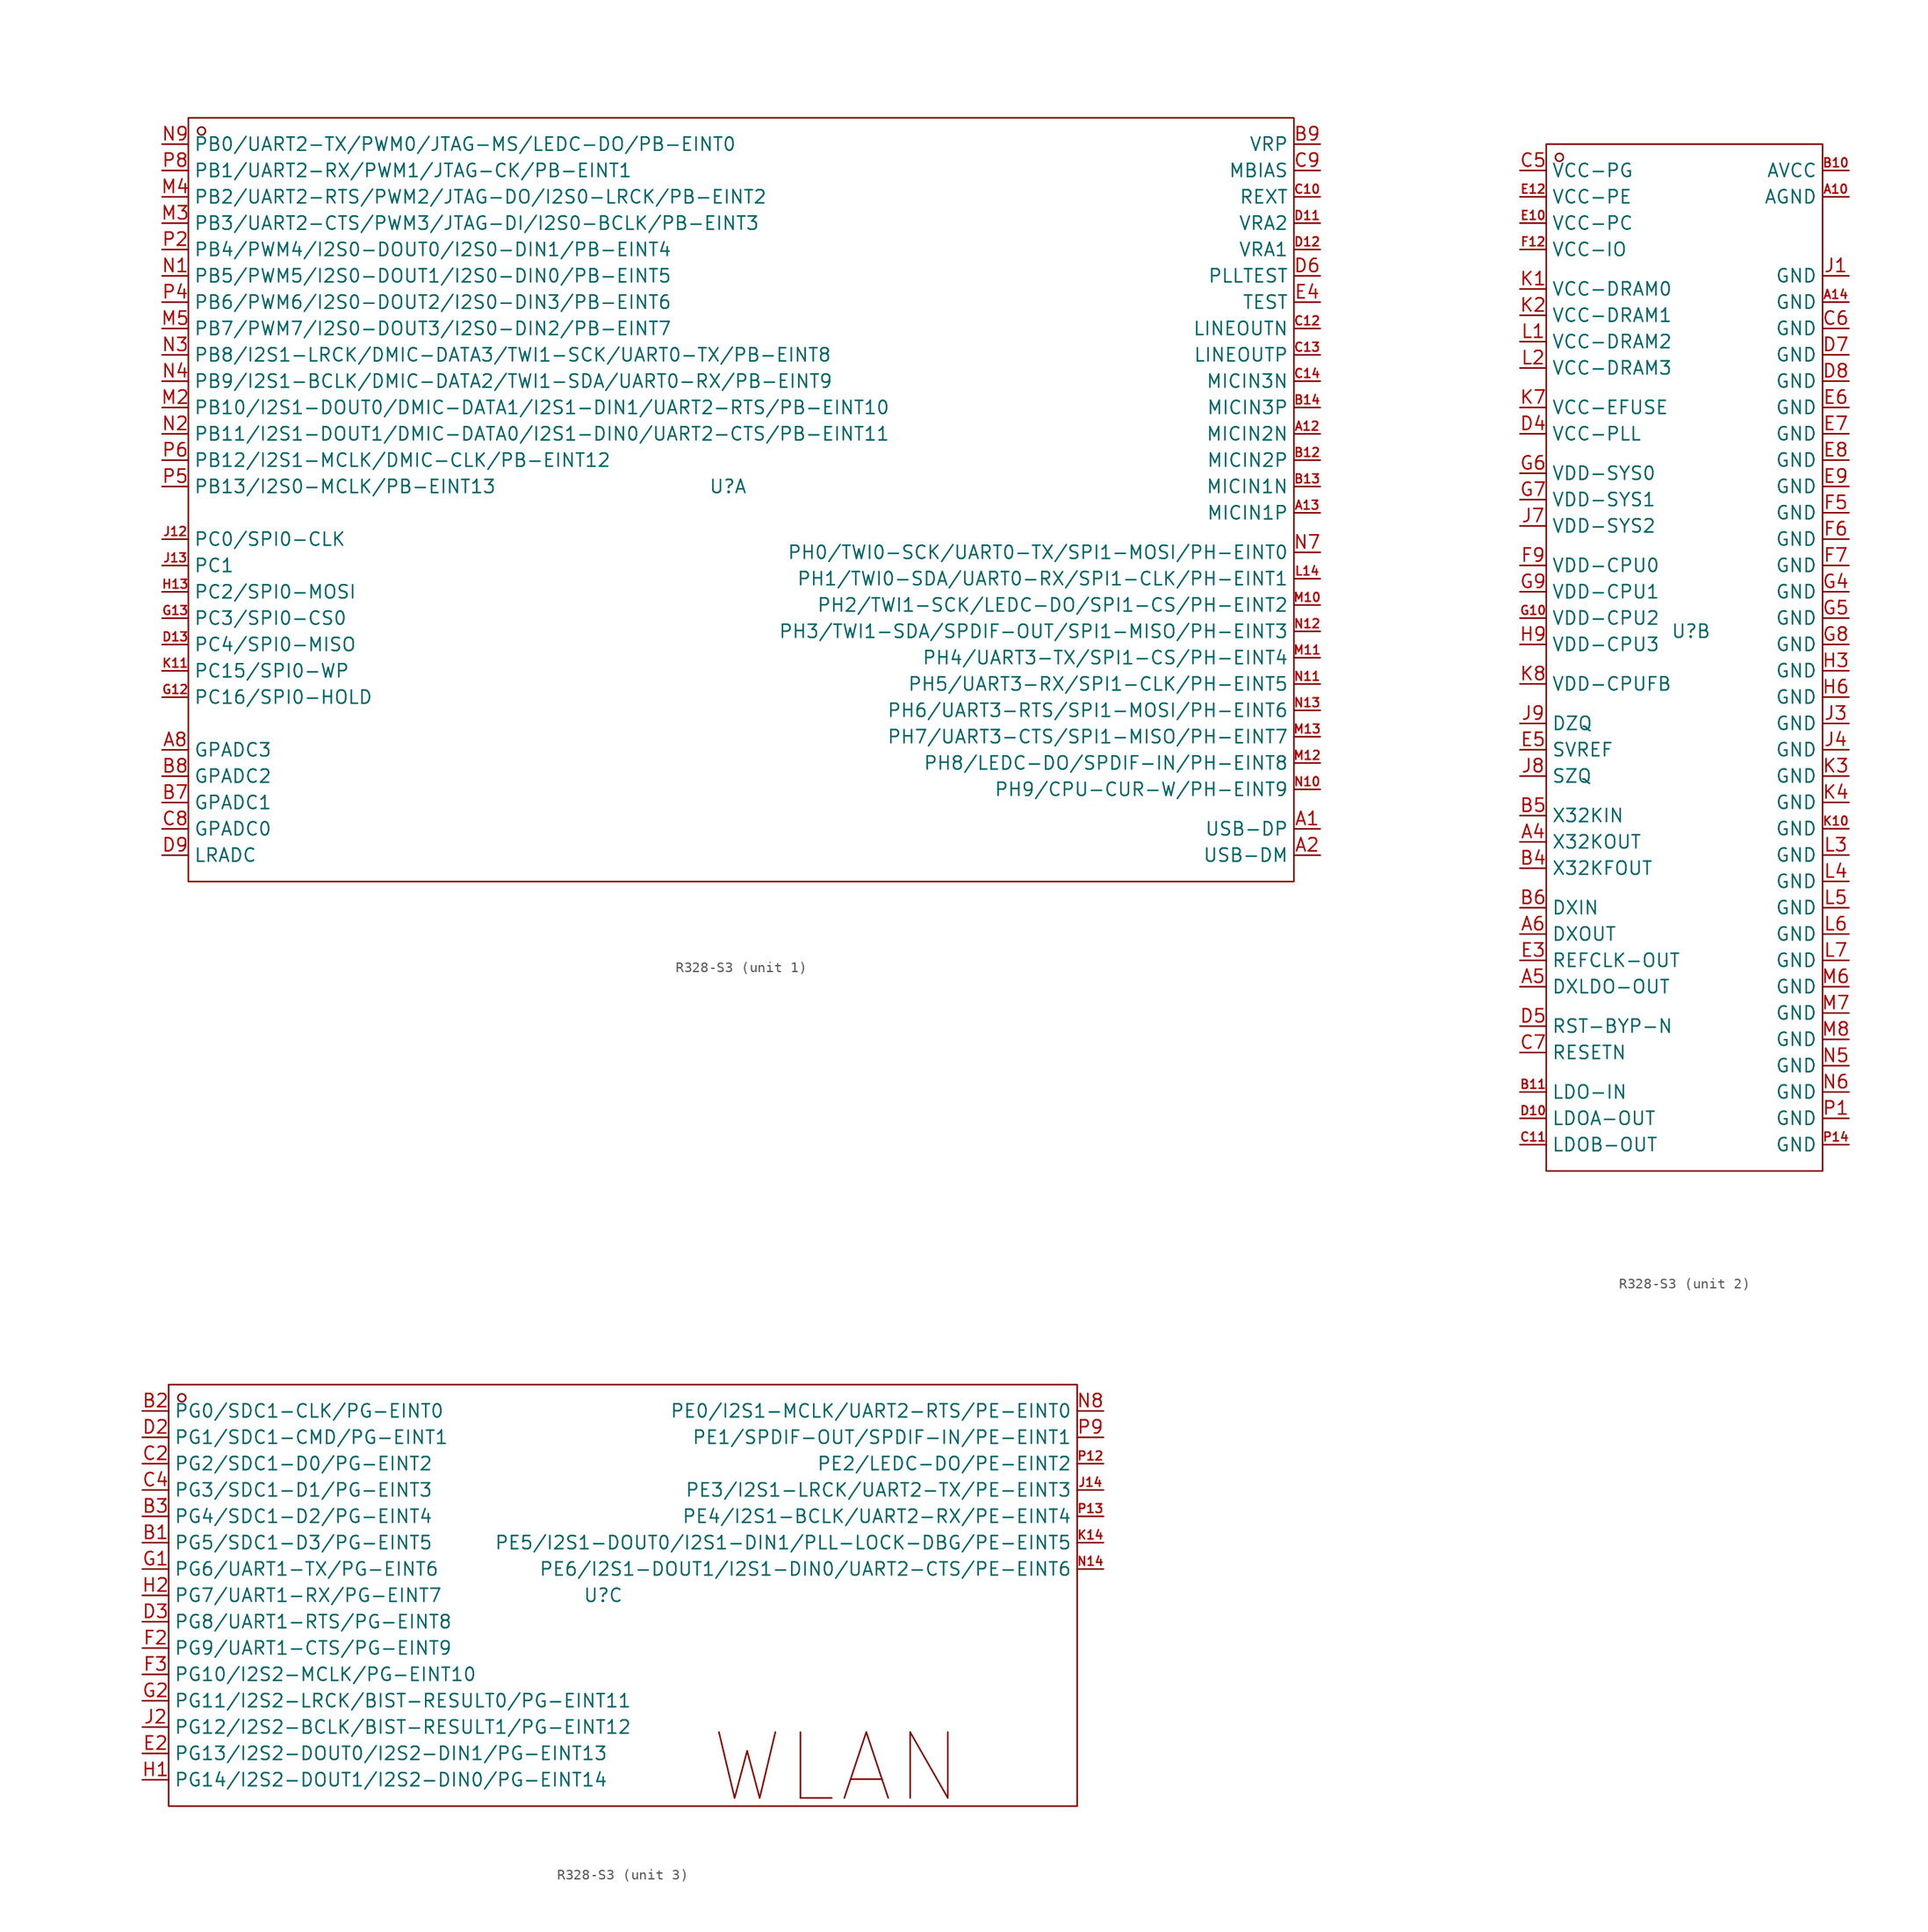
<source format=kicad_sym>
(kicad_symbol_lib
  (version 20231120)
  (generator "kicad_symbol_editor")
  (generator_version "8.0")
  (symbol "R328-S3"
    (property "Reference" "U"
      (at 0 0 0)
      (effects (font (size 1.27 1.27))))
    (property "Value" ""
      (at 0 0 0)
      (effects (font (size 1.27 1.27))))
    (symbol "R328-S3_1_0"
      (rectangle (start -52.07 35.56) (end 54.61 -38.1) (stroke (width 0) (type default)) (fill (type none)))
      (circle (center -50.8 34.29) (radius 0.381) (stroke (width 0) (type default)) (fill (type none)))
      (pin input line (at 57.15 -33.02 180) (length 2.54) (name "USB-DP" (effects (font (size 1.27 1.27)))) (number "A1" (effects (font (size 1.27 1.27)))))
      (pin input line (at 57.15 5.08 180) (length 2.54) (name "MICIN2N" (effects (font (size 1.27 1.27)))) (number "A12" (effects (font (size 0.847 0.847)))))
      (pin input line (at 57.15 -2.54 180) (length 2.54) (name "MICIN1P" (effects (font (size 1.27 1.27)))) (number "A13" (effects (font (size 0.847 0.847)))))
      (pin input line (at 57.15 -35.56 180) (length 2.54) (name "USB-DM" (effects (font (size 1.27 1.27)))) (number "A2" (effects (font (size 1.27 1.27)))))
      (pin input line (at -54.61 -25.4 0) (length 2.54) (name "GPADC3" (effects (font (size 1.27 1.27)))) (number "A8" (effects (font (size 1.27 1.27)))))
      (pin input line (at 57.15 2.54 180) (length 2.54) (name "MICIN2P" (effects (font (size 1.27 1.27)))) (number "B12" (effects (font (size 0.847 0.847)))))
      (pin input line (at 57.15 0 180) (length 2.54) (name "MICIN1N" (effects (font (size 1.27 1.27)))) (number "B13" (effects (font (size 0.847 0.847)))))
      (pin input line (at 57.15 7.62 180) (length 2.54) (name "MICIN3P" (effects (font (size 1.27 1.27)))) (number "B14" (effects (font (size 0.847 0.847)))))
      (pin input line (at -54.61 -30.48 0) (length 2.54) (name "GPADC1" (effects (font (size 1.27 1.27)))) (number "B7" (effects (font (size 1.27 1.27)))))
      (pin input line (at -54.61 -27.94 0) (length 2.54) (name "GPADC2" (effects (font (size 1.27 1.27)))) (number "B8" (effects (font (size 1.27 1.27)))))
      (pin input line (at 57.15 33.02 180) (length 2.54) (name "VRP" (effects (font (size 1.27 1.27)))) (number "B9" (effects (font (size 1.27 1.27)))))
      (pin input line (at 57.15 27.94 180) (length 2.54) (name "REXT" (effects (font (size 1.27 1.27)))) (number "C10" (effects (font (size 0.847 0.847)))))
      (pin input line (at 57.15 15.24 180) (length 2.54) (name "LINEOUTN" (effects (font (size 1.27 1.27)))) (number "C12" (effects (font (size 0.847 0.847)))))
      (pin input line (at 57.15 12.7 180) (length 2.54) (name "LINEOUTP" (effects (font (size 1.27 1.27)))) (number "C13" (effects (font (size 0.847 0.847)))))
      (pin input line (at 57.15 10.16 180) (length 2.54) (name "MICIN3N" (effects (font (size 1.27 1.27)))) (number "C14" (effects (font (size 0.847 0.847)))))
      (pin input line (at -54.61 -33.02 0) (length 2.54) (name "GPADC0" (effects (font (size 1.27 1.27)))) (number "C8" (effects (font (size 1.27 1.27)))))
      (pin input line (at 57.15 30.48 180) (length 2.54) (name "MBIAS" (effects (font (size 1.27 1.27)))) (number "C9" (effects (font (size 1.27 1.27)))))
      (pin input line (at 57.15 25.4 180) (length 2.54) (name "VRA2" (effects (font (size 1.27 1.27)))) (number "D11" (effects (font (size 0.847 0.847)))))
      (pin input line (at 57.15 22.86 180) (length 2.54) (name "VRA1" (effects (font (size 1.27 1.27)))) (number "D12" (effects (font (size 0.847 0.847)))))
      (pin input line (at -54.61 -15.24 0) (length 2.54) (name "PC4/SPI0-MISO" (effects (font (size 1.27 1.27)))) (number "D13" (effects (font (size 0.847 0.847)))))
      (pin input line (at 57.15 20.32 180) (length 2.54) (name "PLLTEST" (effects (font (size 1.27 1.27)))) (number "D6" (effects (font (size 1.27 1.27)))))
      (pin input line (at -54.61 -35.56 0) (length 2.54) (name "LRADC" (effects (font (size 1.27 1.27)))) (number "D9" (effects (font (size 1.27 1.27)))))
      (pin input line (at 57.15 17.78 180) (length 2.54) (name "TEST" (effects (font (size 1.27 1.27)))) (number "E4" (effects (font (size 1.27 1.27)))))
      (pin input line (at -54.61 -20.32 0) (length 2.54) (name "PC16/SPI0-HOLD" (effects (font (size 1.27 1.27)))) (number "G12" (effects (font (size 0.847 0.847)))))
      (pin input line (at -54.61 -12.7 0) (length 2.54) (name "PC3/SPI0-CS0" (effects (font (size 1.27 1.27)))) (number "G13" (effects (font (size 0.847 0.847)))))
      (pin input line (at -54.61 -10.16 0) (length 2.54) (name "PC2/SPI0-MOSI" (effects (font (size 1.27 1.27)))) (number "H13" (effects (font (size 0.847 0.847)))))
      (pin input line (at -54.61 -5.08 0) (length 2.54) (name "PC0/SPI0-CLK" (effects (font (size 1.27 1.27)))) (number "J12" (effects (font (size 0.847 0.847)))))
      (pin input line (at -54.61 -7.62 0) (length 2.54) (name "PC1" (effects (font (size 1.27 1.27)))) (number "J13" (effects (font (size 0.847 0.847)))))
      (pin input line (at -54.61 -17.78 0) (length 2.54) (name "PC15/SPI0-WP" (effects (font (size 1.27 1.27)))) (number "K11" (effects (font (size 0.847 0.847)))))
      (pin input line (at 57.15 -8.89 180) (length 2.54) (name "PH1/TWI0-SDA/UART0-RX/SPI1-CLK/PH-EINT1" (effects (font (size 1.27 1.27)))) (number "L14" (effects (font (size 0.847 0.847)))))
      (pin input line (at 57.15 -11.43 180) (length 2.54) (name "PH2/TWI1-SCK/LEDC-DO/SPI1-CS/PH-EINT2" (effects (font (size 1.27 1.27)))) (number "M10" (effects (font (size 0.847 0.847)))))
      (pin input line (at 57.15 -16.51 180) (length 2.54) (name "PH4/UART3-TX/SPI1-CS/PH-EINT4" (effects (font (size 1.27 1.27)))) (number "M11" (effects (font (size 0.847 0.847)))))
      (pin input line (at 57.15 -26.67 180) (length 2.54) (name "PH8/LEDC-DO/SPDIF-IN/PH-EINT8" (effects (font (size 1.27 1.27)))) (number "M12" (effects (font (size 0.847 0.847)))))
      (pin input line (at 57.15 -24.13 180) (length 2.54) (name "PH7/UART3-CTS/SPI1-MISO/PH-EINT7" (effects (font (size 1.27 1.27)))) (number "M13" (effects (font (size 0.847 0.847)))))
      (pin input line (at -54.61 7.62 0) (length 2.54) (name "PB10/I2S1-DOUT0/DMIC-DATA1/I2S1-DIN1/UART2-RTS/PB-EINT10" (effects (font (size 1.27 1.27)))) (number "M2" (effects (font (size 1.27 1.27)))))
      (pin input line (at -54.61 25.4 0) (length 2.54) (name "PB3/UART2-CTS/PWM3/JTAG-DI/I2S0-BCLK/PB-EINT3" (effects (font (size 1.27 1.27)))) (number "M3" (effects (font (size 1.27 1.27)))))
      (pin input line (at -54.61 27.94 0) (length 2.54) (name "PB2/UART2-RTS/PWM2/JTAG-DO/I2S0-LRCK/PB-EINT2" (effects (font (size 1.27 1.27)))) (number "M4" (effects (font (size 1.27 1.27)))))
      (pin input line (at -54.61 15.24 0) (length 2.54) (name "PB7/PWM7/I2S0-DOUT3/I2S0-DIN2/PB-EINT7" (effects (font (size 1.27 1.27)))) (number "M5" (effects (font (size 1.27 1.27)))))
      (pin input line (at -54.61 20.32 0) (length 2.54) (name "PB5/PWM5/I2S0-DOUT1/I2S0-DIN0/PB-EINT5" (effects (font (size 1.27 1.27)))) (number "N1" (effects (font (size 1.27 1.27)))))
      (pin input line (at 57.15 -29.21 180) (length 2.54) (name "PH9/CPU-CUR-W/PH-EINT9" (effects (font (size 1.27 1.27)))) (number "N10" (effects (font (size 0.847 0.847)))))
      (pin input line (at 57.15 -19.05 180) (length 2.54) (name "PH5/UART3-RX/SPI1-CLK/PH-EINT5" (effects (font (size 1.27 1.27)))) (number "N11" (effects (font (size 0.847 0.847)))))
      (pin input line (at 57.15 -13.97 180) (length 2.54) (name "PH3/TWI1-SDA/SPDIF-OUT/SPI1-MISO/PH-EINT3" (effects (font (size 1.27 1.27)))) (number "N12" (effects (font (size 0.847 0.847)))))
      (pin input line (at 57.15 -21.59 180) (length 2.54) (name "PH6/UART3-RTS/SPI1-MOSI/PH-EINT6" (effects (font (size 1.27 1.27)))) (number "N13" (effects (font (size 0.847 0.847)))))
      (pin input line (at -54.61 5.08 0) (length 2.54) (name "PB11/I2S1-DOUT1/DMIC-DATA0/I2S1-DIN0/UART2-CTS/PB-EINT11" (effects (font (size 1.27 1.27)))) (number "N2" (effects (font (size 1.27 1.27)))))
      (pin input line (at -54.61 12.7 0) (length 2.54) (name "PB8/I2S1-LRCK/DMIC-DATA3/TWI1-SCK/UART0-TX/PB-EINT8" (effects (font (size 1.27 1.27)))) (number "N3" (effects (font (size 1.27 1.27)))))
      (pin input line (at -54.61 10.16 0) (length 2.54) (name "PB9/I2S1-BCLK/DMIC-DATA2/TWI1-SDA/UART0-RX/PB-EINT9" (effects (font (size 1.27 1.27)))) (number "N4" (effects (font (size 1.27 1.27)))))
      (pin input line (at 57.15 -6.35 180) (length 2.54) (name "PH0/TWI0-SCK/UART0-TX/SPI1-MOSI/PH-EINT0" (effects (font (size 1.27 1.27)))) (number "N7" (effects (font (size 1.27 1.27)))))
      (pin input line (at -54.61 33.02 0) (length 2.54) (name "PB0/UART2-TX/PWM0/JTAG-MS/LEDC-DO/PB-EINT0" (effects (font (size 1.27 1.27)))) (number "N9" (effects (font (size 1.27 1.27)))))
      (pin input line (at -54.61 22.86 0) (length 2.54) (name "PB4/PWM4/I2S0-DOUT0/I2S0-DIN1/PB-EINT4" (effects (font (size 1.27 1.27)))) (number "P2" (effects (font (size 1.27 1.27)))))
      (pin input line (at -54.61 17.78 0) (length 2.54) (name "PB6/PWM6/I2S0-DOUT2/I2S0-DIN3/PB-EINT6" (effects (font (size 1.27 1.27)))) (number "P4" (effects (font (size 1.27 1.27)))))
      (pin input line (at -54.61 0 0) (length 2.54) (name "PB13/I2S0-MCLK/PB-EINT13" (effects (font (size 1.27 1.27)))) (number "P5" (effects (font (size 1.27 1.27)))))
      (pin input line (at -54.61 2.54 0) (length 2.54) (name "PB12/I2S1-MCLK/DMIC-CLK/PB-EINT12" (effects (font (size 1.27 1.27)))) (number "P6" (effects (font (size 1.27 1.27)))))
      (pin input line (at -54.61 30.48 0) (length 2.54) (name "PB1/UART2-RX/PWM1/JTAG-CK/PB-EINT1" (effects (font (size 1.27 1.27)))) (number "P8" (effects (font (size 1.27 1.27))))))
    (symbol "R328-S3_2_0"
      (rectangle (start -13.97 46.99) (end 12.7 -52.07) (stroke (width 0) (type default)) (fill (type none)))
      (circle (center -12.7 45.72) (radius 0.381) (stroke (width 0) (type default)) (fill (type none)))
      (pin input line (at 15.24 41.91 180) (length 2.54) (name "AGND" (effects (font (size 1.27 1.27)))) (number "A10" (effects (font (size 0.847 0.847)))))
      (pin input line (at 15.24 31.75 180) (length 2.54) (name "GND" (effects (font (size 1.27 1.27)))) (number "A14" (effects (font (size 0.847 0.847)))))
      (pin input line (at -16.51 -20.32 0) (length 2.54) (name "X32KOUT" (effects (font (size 1.27 1.27)))) (number "A4" (effects (font (size 1.27 1.27)))))
      (pin input line (at -16.51 -34.29 0) (length 2.54) (name "DXLDO-OUT" (effects (font (size 1.27 1.27)))) (number "A5" (effects (font (size 1.27 1.27)))))
      (pin input line (at -16.51 -29.21 0) (length 2.54) (name "DXOUT" (effects (font (size 1.27 1.27)))) (number "A6" (effects (font (size 1.27 1.27)))))
      (pin input line (at 15.24 44.45 180) (length 2.54) (name "AVCC" (effects (font (size 1.27 1.27)))) (number "B10" (effects (font (size 0.847 0.847)))))
      (pin input line (at -16.51 -44.45 0) (length 2.54) (name "LDO-IN" (effects (font (size 1.27 1.27)))) (number "B11" (effects (font (size 0.847 0.847)))))
      (pin input line (at -16.51 -22.86 0) (length 2.54) (name "X32KFOUT" (effects (font (size 1.27 1.27)))) (number "B4" (effects (font (size 1.27 1.27)))))
      (pin input line (at -16.51 -17.78 0) (length 2.54) (name "X32KIN" (effects (font (size 1.27 1.27)))) (number "B5" (effects (font (size 1.27 1.27)))))
      (pin input line (at -16.51 -26.67 0) (length 2.54) (name "DXIN" (effects (font (size 1.27 1.27)))) (number "B6" (effects (font (size 1.27 1.27)))))
      (pin input line (at -16.51 -49.53 0) (length 2.54) (name "LDOB-OUT" (effects (font (size 1.27 1.27)))) (number "C11" (effects (font (size 0.847 0.847)))))
      (pin input line (at -16.51 44.45 0) (length 2.54) (name "VCC-PG" (effects (font (size 1.27 1.27)))) (number "C5" (effects (font (size 1.27 1.27)))))
      (pin input line (at 15.24 29.21 180) (length 2.54) (name "GND" (effects (font (size 1.27 1.27)))) (number "C6" (effects (font (size 1.27 1.27)))))
      (pin input line (at -16.51 -40.64 0) (length 2.54) (name "RESETN" (effects (font (size 1.27 1.27)))) (number "C7" (effects (font (size 1.27 1.27)))))
      (pin input line (at -16.51 -46.99 0) (length 2.54) (name "LDOA-OUT" (effects (font (size 1.27 1.27)))) (number "D10" (effects (font (size 0.847 0.847)))))
      (pin input line (at -16.51 19.05 0) (length 2.54) (name "VCC-PLL" (effects (font (size 1.27 1.27)))) (number "D4" (effects (font (size 1.27 1.27)))))
      (pin input line (at -16.51 -38.1 0) (length 2.54) (name "RST-BYP-N" (effects (font (size 1.27 1.27)))) (number "D5" (effects (font (size 1.27 1.27)))))
      (pin input line (at 15.24 26.67 180) (length 2.54) (name "GND" (effects (font (size 1.27 1.27)))) (number "D7" (effects (font (size 1.27 1.27)))))
      (pin input line (at 15.24 24.13 180) (length 2.54) (name "GND" (effects (font (size 1.27 1.27)))) (number "D8" (effects (font (size 1.27 1.27)))))
      (pin input line (at -16.51 39.37 0) (length 2.54) (name "VCC-PC" (effects (font (size 1.27 1.27)))) (number "E10" (effects (font (size 0.847 0.847)))))
      (pin input line (at -16.51 41.91 0) (length 2.54) (name "VCC-PE" (effects (font (size 1.27 1.27)))) (number "E12" (effects (font (size 0.847 0.847)))))
      (pin input line (at -16.51 -31.75 0) (length 2.54) (name "REFCLK-OUT" (effects (font (size 1.27 1.27)))) (number "E3" (effects (font (size 1.27 1.27)))))
      (pin input line (at -16.51 -11.43 0) (length 2.54) (name "SVREF" (effects (font (size 1.27 1.27)))) (number "E5" (effects (font (size 1.27 1.27)))))
      (pin input line (at 15.24 21.59 180) (length 2.54) (name "GND" (effects (font (size 1.27 1.27)))) (number "E6" (effects (font (size 1.27 1.27)))))
      (pin input line (at 15.24 19.05 180) (length 2.54) (name "GND" (effects (font (size 1.27 1.27)))) (number "E7" (effects (font (size 1.27 1.27)))))
      (pin input line (at 15.24 16.51 180) (length 2.54) (name "GND" (effects (font (size 1.27 1.27)))) (number "E8" (effects (font (size 1.27 1.27)))))
      (pin input line (at 15.24 13.97 180) (length 2.54) (name "GND" (effects (font (size 1.27 1.27)))) (number "E9" (effects (font (size 1.27 1.27)))))
      (pin input line (at -16.51 36.83 0) (length 2.54) (name "VCC-IO" (effects (font (size 1.27 1.27)))) (number "F12" (effects (font (size 0.847 0.847)))))
      (pin input line (at 15.24 11.43 180) (length 2.54) (name "GND" (effects (font (size 1.27 1.27)))) (number "F5" (effects (font (size 1.27 1.27)))))
      (pin input line (at 15.24 8.89 180) (length 2.54) (name "GND" (effects (font (size 1.27 1.27)))) (number "F6" (effects (font (size 1.27 1.27)))))
      (pin input line (at 15.24 6.35 180) (length 2.54) (name "GND" (effects (font (size 1.27 1.27)))) (number "F7" (effects (font (size 1.27 1.27)))))
      (pin input line (at -16.51 6.35 0) (length 2.54) (name "VDD-CPU0" (effects (font (size 1.27 1.27)))) (number "F9" (effects (font (size 1.27 1.27)))))
      (pin input line (at -16.51 1.27 0) (length 2.54) (name "VDD-CPU2" (effects (font (size 1.27 1.27)))) (number "G10" (effects (font (size 0.847 0.847)))))
      (pin input line (at 15.24 3.81 180) (length 2.54) (name "GND" (effects (font (size 1.27 1.27)))) (number "G4" (effects (font (size 1.27 1.27)))))
      (pin input line (at 15.24 1.27 180) (length 2.54) (name "GND" (effects (font (size 1.27 1.27)))) (number "G5" (effects (font (size 1.27 1.27)))))
      (pin input line (at -16.51 15.24 0) (length 2.54) (name "VDD-SYS0" (effects (font (size 1.27 1.27)))) (number "G6" (effects (font (size 1.27 1.27)))))
      (pin input line (at -16.51 12.7 0) (length 2.54) (name "VDD-SYS1" (effects (font (size 1.27 1.27)))) (number "G7" (effects (font (size 1.27 1.27)))))
      (pin input line (at 15.24 -1.27 180) (length 2.54) (name "GND" (effects (font (size 1.27 1.27)))) (number "G8" (effects (font (size 1.27 1.27)))))
      (pin input line (at -16.51 3.81 0) (length 2.54) (name "VDD-CPU1" (effects (font (size 1.27 1.27)))) (number "G9" (effects (font (size 1.27 1.27)))))
      (pin input line (at 15.24 -3.81 180) (length 2.54) (name "GND" (effects (font (size 1.27 1.27)))) (number "H3" (effects (font (size 1.27 1.27)))))
      (pin input line (at 15.24 -6.35 180) (length 2.54) (name "GND" (effects (font (size 1.27 1.27)))) (number "H6" (effects (font (size 1.27 1.27)))))
      (pin input line (at -16.51 -1.27 0) (length 2.54) (name "VDD-CPU3" (effects (font (size 1.27 1.27)))) (number "H9" (effects (font (size 1.27 1.27)))))
      (pin input line (at 15.24 34.29 180) (length 2.54) (name "GND" (effects (font (size 1.27 1.27)))) (number "J1" (effects (font (size 1.27 1.27)))))
      (pin input line (at 15.24 -8.89 180) (length 2.54) (name "GND" (effects (font (size 1.27 1.27)))) (number "J3" (effects (font (size 1.27 1.27)))))
      (pin input line (at 15.24 -11.43 180) (length 2.54) (name "GND" (effects (font (size 1.27 1.27)))) (number "J4" (effects (font (size 1.27 1.27)))))
      (pin input line (at -16.51 10.16 0) (length 2.54) (name "VDD-SYS2" (effects (font (size 1.27 1.27)))) (number "J7" (effects (font (size 1.27 1.27)))))
      (pin input line (at -16.51 -13.97 0) (length 2.54) (name "SZQ" (effects (font (size 1.27 1.27)))) (number "J8" (effects (font (size 1.27 1.27)))))
      (pin input line (at -16.51 -8.89 0) (length 2.54) (name "DZQ" (effects (font (size 1.27 1.27)))) (number "J9" (effects (font (size 1.27 1.27)))))
      (pin input line (at -16.51 33.02 0) (length 2.54) (name "VCC-DRAM0" (effects (font (size 1.27 1.27)))) (number "K1" (effects (font (size 1.27 1.27)))))
      (pin input line (at 15.24 -19.05 180) (length 2.54) (name "GND" (effects (font (size 1.27 1.27)))) (number "K10" (effects (font (size 0.847 0.847)))))
      (pin input line (at -16.51 30.48 0) (length 2.54) (name "VCC-DRAM1" (effects (font (size 1.27 1.27)))) (number "K2" (effects (font (size 1.27 1.27)))))
      (pin input line (at 15.24 -13.97 180) (length 2.54) (name "GND" (effects (font (size 1.27 1.27)))) (number "K3" (effects (font (size 1.27 1.27)))))
      (pin input line (at 15.24 -16.51 180) (length 2.54) (name "GND" (effects (font (size 1.27 1.27)))) (number "K4" (effects (font (size 1.27 1.27)))))
      (pin input line (at -16.51 21.59 0) (length 2.54) (name "VCC-EFUSE" (effects (font (size 1.27 1.27)))) (number "K7" (effects (font (size 1.27 1.27)))))
      (pin input line (at -16.51 -5.08 0) (length 2.54) (name "VDD-CPUFB" (effects (font (size 1.27 1.27)))) (number "K8" (effects (font (size 1.27 1.27)))))
      (pin input line (at -16.51 27.94 0) (length 2.54) (name "VCC-DRAM2" (effects (font (size 1.27 1.27)))) (number "L1" (effects (font (size 1.27 1.27)))))
      (pin input line (at -16.51 25.4 0) (length 2.54) (name "VCC-DRAM3" (effects (font (size 1.27 1.27)))) (number "L2" (effects (font (size 1.27 1.27)))))
      (pin input line (at 15.24 -21.59 180) (length 2.54) (name "GND" (effects (font (size 1.27 1.27)))) (number "L3" (effects (font (size 1.27 1.27)))))
      (pin input line (at 15.24 -24.13 180) (length 2.54) (name "GND" (effects (font (size 1.27 1.27)))) (number "L4" (effects (font (size 1.27 1.27)))))
      (pin input line (at 15.24 -26.67 180) (length 2.54) (name "GND" (effects (font (size 1.27 1.27)))) (number "L5" (effects (font (size 1.27 1.27)))))
      (pin input line (at 15.24 -29.21 180) (length 2.54) (name "GND" (effects (font (size 1.27 1.27)))) (number "L6" (effects (font (size 1.27 1.27)))))
      (pin input line (at 15.24 -31.75 180) (length 2.54) (name "GND" (effects (font (size 1.27 1.27)))) (number "L7" (effects (font (size 1.27 1.27)))))
      (pin input line (at 15.24 -34.29 180) (length 2.54) (name "GND" (effects (font (size 1.27 1.27)))) (number "M6" (effects (font (size 1.27 1.27)))))
      (pin input line (at 15.24 -36.83 180) (length 2.54) (name "GND" (effects (font (size 1.27 1.27)))) (number "M7" (effects (font (size 1.27 1.27)))))
      (pin input line (at 15.24 -39.37 180) (length 2.54) (name "GND" (effects (font (size 1.27 1.27)))) (number "M8" (effects (font (size 1.27 1.27)))))
      (pin input line (at 15.24 -41.91 180) (length 2.54) (name "GND" (effects (font (size 1.27 1.27)))) (number "N5" (effects (font (size 1.27 1.27)))))
      (pin input line (at 15.24 -44.45 180) (length 2.54) (name "GND" (effects (font (size 1.27 1.27)))) (number "N6" (effects (font (size 1.27 1.27)))))
      (pin input line (at 15.24 -46.99 180) (length 2.54) (name "GND" (effects (font (size 1.27 1.27)))) (number "P1" (effects (font (size 1.27 1.27)))))
      (pin input line (at 15.24 -49.53 180) (length 2.54) (name "GND" (effects (font (size 1.27 1.27)))) (number "P14" (effects (font (size 0.847 0.847))))))
    (symbol "R328-S3_3_0"
      (rectangle (start -41.91 20.32) (end 45.72 -20.32) (stroke (width 0) (type default)) (fill (type none)))
      (circle (center -40.64 19.05) (radius 0.381) (stroke (width 0) (type default)) (fill (type none)))
      (text "WLAN" (at 10.16 -20.32 0) (effects (font (size 6.35 6.35)) (justify left bottom)))
      (pin input line (at -44.45 5.08 0) (length 2.54) (name "PG5/SDC1-D3/PG-EINT5" (effects (font (size 1.27 1.27)))) (number "B1" (effects (font (size 1.27 1.27)))))
      (pin input line (at -44.45 17.78 0) (length 2.54) (name "PG0/SDC1-CLK/PG-EINT0" (effects (font (size 1.27 1.27)))) (number "B2" (effects (font (size 1.27 1.27)))))
      (pin input line (at -44.45 7.62 0) (length 2.54) (name "PG4/SDC1-D2/PG-EINT4" (effects (font (size 1.27 1.27)))) (number "B3" (effects (font (size 1.27 1.27)))))
      (pin input line (at -44.45 12.7 0) (length 2.54) (name "PG2/SDC1-D0/PG-EINT2" (effects (font (size 1.27 1.27)))) (number "C2" (effects (font (size 1.27 1.27)))))
      (pin input line (at -44.45 10.16 0) (length 2.54) (name "PG3/SDC1-D1/PG-EINT3" (effects (font (size 1.27 1.27)))) (number "C4" (effects (font (size 1.27 1.27)))))
      (pin input line (at -44.45 15.24 0) (length 2.54) (name "PG1/SDC1-CMD/PG-EINT1" (effects (font (size 1.27 1.27)))) (number "D2" (effects (font (size 1.27 1.27)))))
      (pin input line (at -44.45 -2.54 0) (length 2.54) (name "PG8/UART1-RTS/PG-EINT8" (effects (font (size 1.27 1.27)))) (number "D3" (effects (font (size 1.27 1.27)))))
      (pin input line (at -44.45 -15.24 0) (length 2.54) (name "PG13/I2S2-DOUT0/I2S2-DIN1/PG-EINT13" (effects (font (size 1.27 1.27)))) (number "E2" (effects (font (size 1.27 1.27)))))
      (pin input line (at -44.45 -5.08 0) (length 2.54) (name "PG9/UART1-CTS/PG-EINT9" (effects (font (size 1.27 1.27)))) (number "F2" (effects (font (size 1.27 1.27)))))
      (pin input line (at -44.45 -7.62 0) (length 2.54) (name "PG10/I2S2-MCLK/PG-EINT10" (effects (font (size 1.27 1.27)))) (number "F3" (effects (font (size 1.27 1.27)))))
      (pin input line (at -44.45 2.54 0) (length 2.54) (name "PG6/UART1-TX/PG-EINT6" (effects (font (size 1.27 1.27)))) (number "G1" (effects (font (size 1.27 1.27)))))
      (pin input line (at -44.45 -10.16 0) (length 2.54) (name "PG11/I2S2-LRCK/BIST-RESULT0/PG-EINT11" (effects (font (size 1.27 1.27)))) (number "G2" (effects (font (size 1.27 1.27)))))
      (pin input line (at -44.45 -17.78 0) (length 2.54) (name "PG14/I2S2-DOUT1/I2S2-DIN0/PG-EINT14" (effects (font (size 1.27 1.27)))) (number "H1" (effects (font (size 1.27 1.27)))))
      (pin input line (at -44.45 0 0) (length 2.54) (name "PG7/UART1-RX/PG-EINT7" (effects (font (size 1.27 1.27)))) (number "H2" (effects (font (size 1.27 1.27)))))
      (pin input line (at 48.26 10.16 180) (length 2.54) (name "PE3/I2S1-LRCK/UART2-TX/PE-EINT3" (effects (font (size 1.27 1.27)))) (number "J14" (effects (font (size 0.847 0.847)))))
      (pin input line (at -44.45 -12.7 0) (length 2.54) (name "PG12/I2S2-BCLK/BIST-RESULT1/PG-EINT12" (effects (font (size 1.27 1.27)))) (number "J2" (effects (font (size 1.27 1.27)))))
      (pin input line (at 48.26 5.08 180) (length 2.54) (name "PE5/I2S1-DOUT0/I2S1-DIN1/PLL-LOCK-DBG/PE-EINT5" (effects (font (size 1.27 1.27)))) (number "K14" (effects (font (size 0.847 0.847)))))
      (pin input line (at 48.26 2.54 180) (length 2.54) (name "PE6/I2S1-DOUT1/I2S1-DIN0/UART2-CTS/PE-EINT6" (effects (font (size 1.27 1.27)))) (number "N14" (effects (font (size 0.847 0.847)))))
      (pin input line (at 48.26 17.78 180) (length 2.54) (name "PE0/I2S1-MCLK/UART2-RTS/PE-EINT0" (effects (font (size 1.27 1.27)))) (number "N8" (effects (font (size 1.27 1.27)))))
      (pin input line (at 48.26 12.7 180) (length 2.54) (name "PE2/LEDC-DO/PE-EINT2" (effects (font (size 1.27 1.27)))) (number "P12" (effects (font (size 0.847 0.847)))))
      (pin input line (at 48.26 7.62 180) (length 2.54) (name "PE4/I2S1-BCLK/UART2-RX/PE-EINT4" (effects (font (size 1.27 1.27)))) (number "P13" (effects (font (size 0.847 0.847)))))
      (pin input line (at 48.26 15.24 180) (length 2.54) (name "PE1/SPDIF-OUT/SPDIF-IN/PE-EINT1" (effects (font (size 1.27 1.27)))) (number "P9" (effects (font (size 1.27 1.27))))))))
</source>
